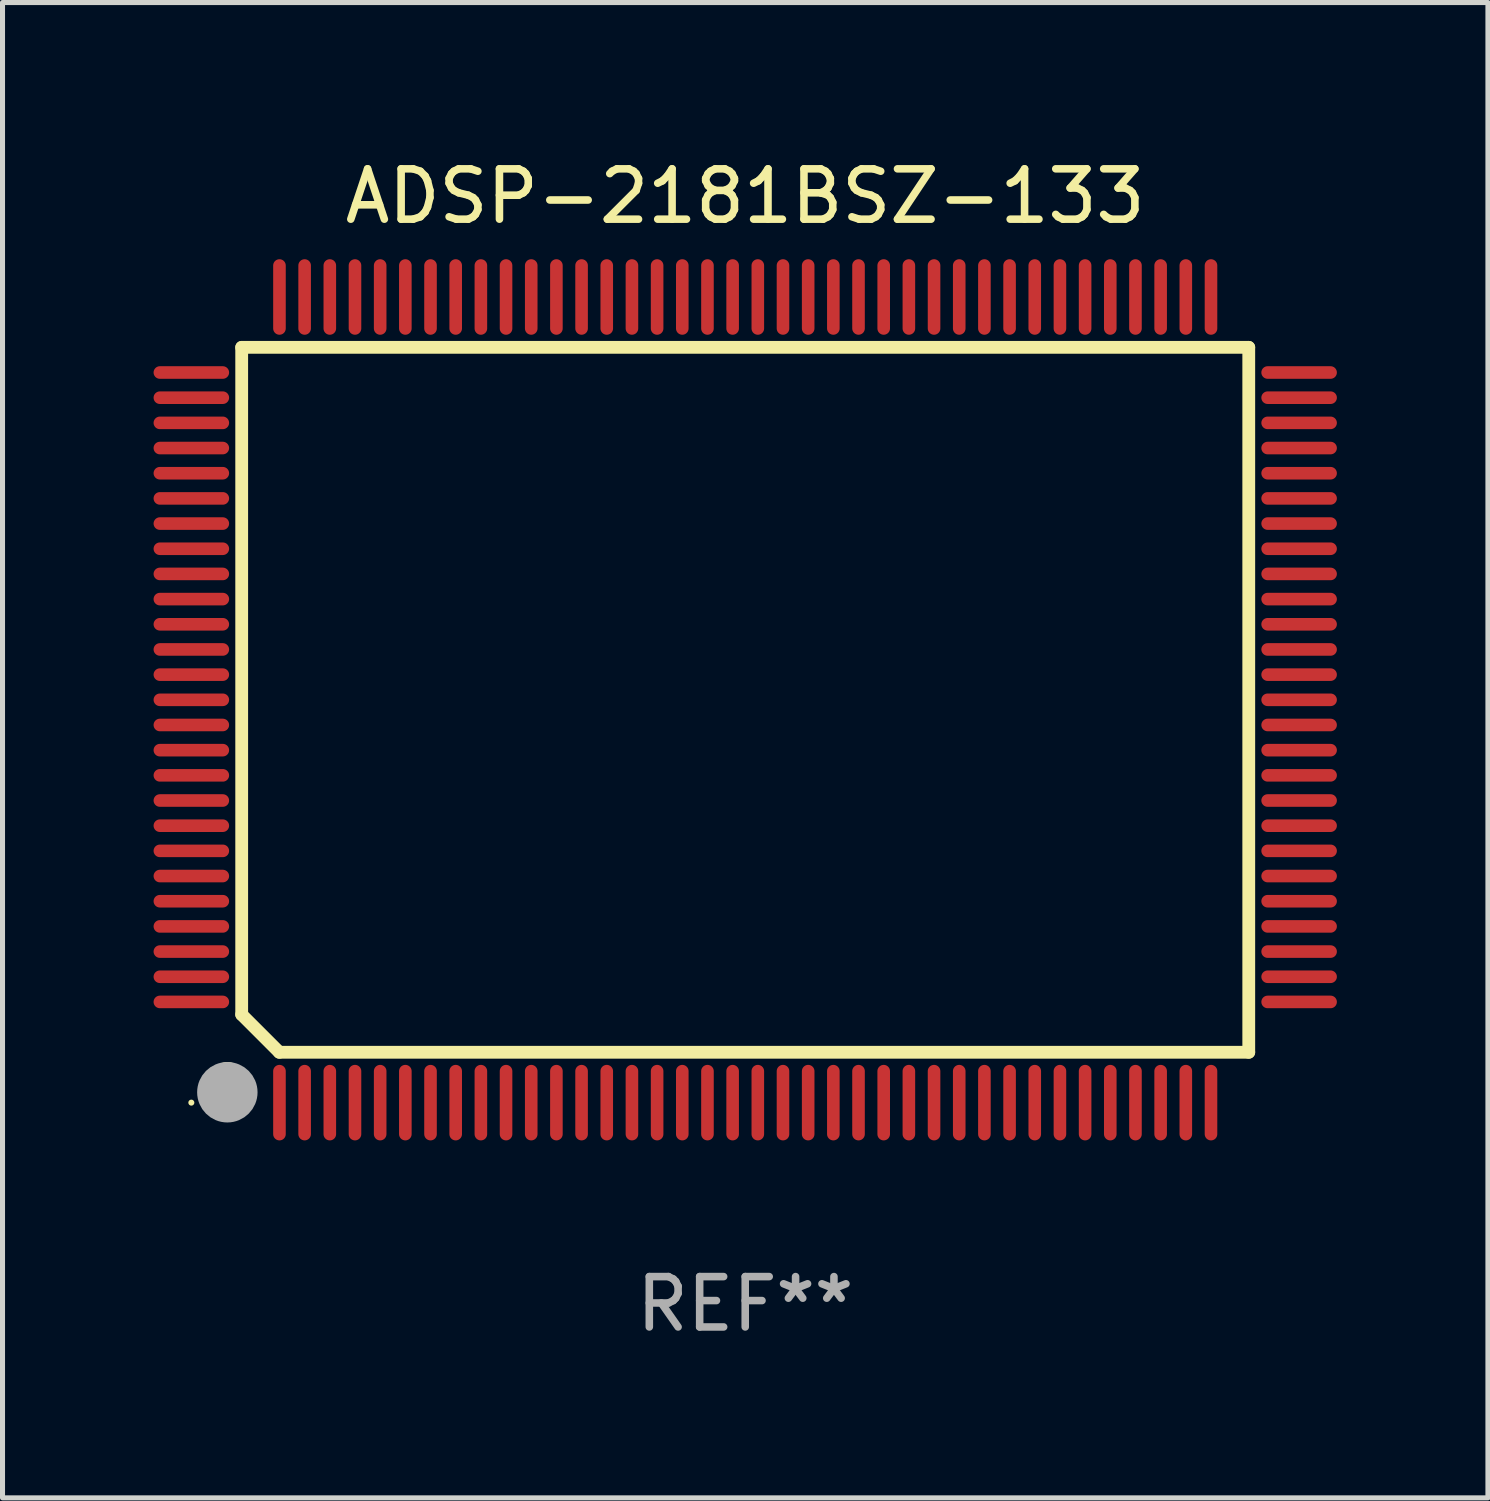
<source format=kicad_pcb>
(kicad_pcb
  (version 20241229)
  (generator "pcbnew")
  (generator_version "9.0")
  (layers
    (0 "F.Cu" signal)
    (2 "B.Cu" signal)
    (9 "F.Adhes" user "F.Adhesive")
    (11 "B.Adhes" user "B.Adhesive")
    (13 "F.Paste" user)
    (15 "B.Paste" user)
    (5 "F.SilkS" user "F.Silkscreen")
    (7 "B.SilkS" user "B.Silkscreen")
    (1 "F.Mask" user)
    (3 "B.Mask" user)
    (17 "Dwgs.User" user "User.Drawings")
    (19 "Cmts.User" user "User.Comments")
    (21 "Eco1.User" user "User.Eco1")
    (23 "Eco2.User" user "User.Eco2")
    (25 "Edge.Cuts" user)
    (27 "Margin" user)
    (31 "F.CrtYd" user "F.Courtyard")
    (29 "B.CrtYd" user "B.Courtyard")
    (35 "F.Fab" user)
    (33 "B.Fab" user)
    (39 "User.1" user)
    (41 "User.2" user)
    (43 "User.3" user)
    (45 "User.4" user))
  (footprint "ADSP-2181BSZ-133"
    (layer "F.Cu")
    (at 11.75 10.848)
    (property "Reference" "ADSP-2181BSZ-133" (at 0 -10 0) (layer "F.SilkS") (effects (font (size 1 1) (thickness 0.15))))
    (attr through_hole)
    (fp_line (start -10 -7) (end -10 6.25) (stroke (width 0.254) (type solid)) (layer "F.SilkS"))
    (fp_line (start -10 -7) (end 10 -7) (stroke (width 0.254) (type solid)) (layer "F.SilkS"))
    (fp_line (start -9.252 7) (end -10 6.252) (stroke (width 0.254) (type solid)) (layer "F.SilkS"))
    (fp_line (start 10 -7) (end 10 7) (stroke (width 0.254) (type solid)) (layer "F.SilkS"))
    (fp_line (start 10 7) (end -9.252 7) (stroke (width 0.254) (type solid)) (layer "F.SilkS"))
    (fp_arc (start -10.287021 7.493015) (mid -10.284481 7.493004) (end -10.281941 7.493015) (stroke (width 0.6) (type solid)) (layer "F.SilkS"))
    (fp_circle (center -11 8) (end -10.97 8) (stroke (width 0.06) (type solid)) (fill no) (layer "F.SilkS"))
    (fp_circle (center -10.285 7.794) (end -9.985 7.794) (stroke (width 0.6) (type solid)) (fill no) (layer "F.Fab"))
    (fp_text user "REF**" (at 0 12 0) (layer "F.Fab") (effects (font (size 1 1) (thickness 0.15))))
    (pad "1" smd oval (at -9.25 8) (size 0.25 1.5) (layers "F.Cu" "F.Mask" "F.Paste"))
    (pad "2" smd oval (at -8.75 8) (size 0.25 1.5) (layers "F.Cu" "F.Mask" "F.Paste"))
    (pad "3" smd oval (at -8.25 8) (size 0.25 1.5) (layers "F.Cu" "F.Mask" "F.Paste"))
    (pad "4" smd oval (at -7.75 8) (size 0.25 1.5) (layers "F.Cu" "F.Mask" "F.Paste"))
    (pad "5" smd oval (at -7.25 8) (size 0.25 1.5) (layers "F.Cu" "F.Mask" "F.Paste"))
    (pad "6" smd oval (at -6.75 8) (size 0.25 1.5) (layers "F.Cu" "F.Mask" "F.Paste"))
    (pad "7" smd oval (at -6.25 8) (size 0.25 1.5) (layers "F.Cu" "F.Mask" "F.Paste"))
    (pad "8" smd oval (at -5.75 8) (size 0.25 1.5) (layers "F.Cu" "F.Mask" "F.Paste"))
    (pad "9" smd oval (at -5.25 8) (size 0.25 1.5) (layers "F.Cu" "F.Mask" "F.Paste"))
    (pad "10" smd oval (at -4.75 8) (size 0.25 1.5) (layers "F.Cu" "F.Mask" "F.Paste"))
    (pad "11" smd oval (at -4.25 8) (size 0.25 1.5) (layers "F.Cu" "F.Mask" "F.Paste"))
    (pad "12" smd oval (at -3.75 8) (size 0.25 1.5) (layers "F.Cu" "F.Mask" "F.Paste"))
    (pad "13" smd oval (at -3.25 8) (size 0.25 1.5) (layers "F.Cu" "F.Mask" "F.Paste"))
    (pad "14" smd oval (at -2.75 8) (size 0.25 1.5) (layers "F.Cu" "F.Mask" "F.Paste"))
    (pad "15" smd oval (at -2.25 8) (size 0.25 1.5) (layers "F.Cu" "F.Mask" "F.Paste"))
    (pad "16" smd oval (at -1.75 8) (size 0.25 1.5) (layers "F.Cu" "F.Mask" "F.Paste"))
    (pad "17" smd oval (at -1.25 8) (size 0.25 1.5) (layers "F.Cu" "F.Mask" "F.Paste"))
    (pad "18" smd oval (at -0.75 8) (size 0.25 1.5) (layers "F.Cu" "F.Mask" "F.Paste"))
    (pad "19" smd oval (at -0.25 8) (size 0.25 1.5) (layers "F.Cu" "F.Mask" "F.Paste"))
    (pad "20" smd oval (at 0.25 8) (size 0.25 1.5) (layers "F.Cu" "F.Mask" "F.Paste"))
    (pad "21" smd oval (at 0.75 8) (size 0.25 1.5) (layers "F.Cu" "F.Mask" "F.Paste"))
    (pad "22" smd oval (at 1.25 8) (size 0.25 1.5) (layers "F.Cu" "F.Mask" "F.Paste"))
    (pad "23" smd oval (at 1.75 8) (size 0.25 1.5) (layers "F.Cu" "F.Mask" "F.Paste"))
    (pad "24" smd oval (at 2.25 8) (size 0.25 1.5) (layers "F.Cu" "F.Mask" "F.Paste"))
    (pad "25" smd oval (at 2.75 8) (size 0.25 1.5) (layers "F.Cu" "F.Mask" "F.Paste"))
    (pad "26" smd oval (at 3.25 8) (size 0.25 1.5) (layers "F.Cu" "F.Mask" "F.Paste"))
    (pad "27" smd oval (at 3.75 8) (size 0.25 1.5) (layers "F.Cu" "F.Mask" "F.Paste"))
    (pad "28" smd oval (at 4.25 8) (size 0.25 1.5) (layers "F.Cu" "F.Mask" "F.Paste"))
    (pad "29" smd oval (at 4.75 8) (size 0.25 1.5) (layers "F.Cu" "F.Mask" "F.Paste"))
    (pad "30" smd oval (at 5.25 8) (size 0.25 1.5) (layers "F.Cu" "F.Mask" "F.Paste"))
    (pad "31" smd oval (at 5.75 8) (size 0.25 1.5) (layers "F.Cu" "F.Mask" "F.Paste"))
    (pad "32" smd oval (at 6.25 8) (size 0.25 1.5) (layers "F.Cu" "F.Mask" "F.Paste"))
    (pad "33" smd oval (at 6.75 8 180) (size 0.25 1.5) (layers "F.Cu" "F.Mask" "F.Paste"))
    (pad "34" smd oval (at 7.25 8 180) (size 0.25 1.5) (layers "F.Cu" "F.Mask" "F.Paste"))
    (pad "35" smd oval (at 7.75 8 180) (size 0.25 1.5) (layers "F.Cu" "F.Mask" "F.Paste"))
    (pad "36" smd oval (at 8.25 8 180) (size 0.25 1.5) (layers "F.Cu" "F.Mask" "F.Paste"))
    (pad "37" smd oval (at 8.75 8 180) (size 0.25 1.5) (layers "F.Cu" "F.Mask" "F.Paste"))
    (pad "38" smd oval (at 9.25 8 180) (size 0.25 1.5) (layers "F.Cu" "F.Mask" "F.Paste"))
    (pad "39" smd oval (at 11 6 270) (size 0.25 1.5) (layers "F.Cu" "F.Mask" "F.Paste"))
    (pad "40" smd oval (at 11 5.5 270) (size 0.25 1.5) (layers "F.Cu" "F.Mask" "F.Paste"))
    (pad "41" smd oval (at 11 5 270) (size 0.25 1.5) (layers "F.Cu" "F.Mask" "F.Paste"))
    (pad "42" smd oval (at 11 4.5 270) (size 0.25 1.5) (layers "F.Cu" "F.Mask" "F.Paste"))
    (pad "43" smd oval (at 11 4 270) (size 0.25 1.5) (layers "F.Cu" "F.Mask" "F.Paste"))
    (pad "44" smd oval (at 11 3.5 270) (size 0.25 1.5) (layers "F.Cu" "F.Mask" "F.Paste"))
    (pad "45" smd oval (at 11 3 270) (size 0.25 1.5) (layers "F.Cu" "F.Mask" "F.Paste"))
    (pad "46" smd oval (at 11 2.5 270) (size 0.25 1.5) (layers "F.Cu" "F.Mask" "F.Paste"))
    (pad "47" smd oval (at 11 2 270) (size 0.25 1.5) (layers "F.Cu" "F.Mask" "F.Paste"))
    (pad "48" smd oval (at 11 1.5 270) (size 0.25 1.5) (layers "F.Cu" "F.Mask" "F.Paste"))
    (pad "49" smd oval (at 11 1 270) (size 0.25 1.5) (layers "F.Cu" "F.Mask" "F.Paste"))
    (pad "50" smd oval (at 11 0.5 270) (size 0.25 1.5) (layers "F.Cu" "F.Mask" "F.Paste"))
    (pad "51" smd oval (at 11 0 270) (size 0.25 1.5) (layers "F.Cu" "F.Mask" "F.Paste"))
    (pad "52" smd oval (at 11 -0.5 270) (size 0.25 1.5) (layers "F.Cu" "F.Mask" "F.Paste"))
    (pad "53" smd oval (at 11 -1 270) (size 0.25 1.5) (layers "F.Cu" "F.Mask" "F.Paste"))
    (pad "54" smd oval (at 11 -1.5 270) (size 0.25 1.5) (layers "F.Cu" "F.Mask" "F.Paste"))
    (pad "55" smd oval (at 11 -2 270) (size 0.25 1.5) (layers "F.Cu" "F.Mask" "F.Paste"))
    (pad "56" smd oval (at 11 -2.5 270) (size 0.25 1.5) (layers "F.Cu" "F.Mask" "F.Paste"))
    (pad "57" smd oval (at 11 -3 270) (size 0.25 1.5) (layers "F.Cu" "F.Mask" "F.Paste"))
    (pad "58" smd oval (at 11 -3.5 270) (size 0.25 1.5) (layers "F.Cu" "F.Mask" "F.Paste"))
    (pad "59" smd oval (at 11 -4 270) (size 0.25 1.5) (layers "F.Cu" "F.Mask" "F.Paste"))
    (pad "60" smd oval (at 11 -4.5 270) (size 0.25 1.5) (layers "F.Cu" "F.Mask" "F.Paste"))
    (pad "61" smd oval (at 11 -5 270) (size 0.25 1.5) (layers "F.Cu" "F.Mask" "F.Paste"))
    (pad "62" smd oval (at 11 -5.5 270) (size 0.25 1.5) (layers "F.Cu" "F.Mask" "F.Paste"))
    (pad "63" smd oval (at 11 -6 270) (size 0.25 1.5) (layers "F.Cu" "F.Mask" "F.Paste"))
    (pad "64" smd oval (at 11 -6.5 270) (size 0.25 1.5) (layers "F.Cu" "F.Mask" "F.Paste"))
    (pad "65" smd oval (at 9.25 -8 180) (size 0.25 1.5) (layers "F.Cu" "F.Mask" "F.Paste"))
    (pad "66" smd oval (at 8.75 -8 180) (size 0.25 1.5) (layers "F.Cu" "F.Mask" "F.Paste"))
    (pad "67" smd oval (at 8.25 -8 180) (size 0.25 1.5) (layers "F.Cu" "F.Mask" "F.Paste"))
    (pad "68" smd oval (at 7.75 -8 180) (size 0.25 1.5) (layers "F.Cu" "F.Mask" "F.Paste"))
    (pad "69" smd oval (at 7.25 -8 180) (size 0.25 1.5) (layers "F.Cu" "F.Mask" "F.Paste"))
    (pad "70" smd oval (at 6.75 -8 180) (size 0.25 1.5) (layers "F.Cu" "F.Mask" "F.Paste"))
    (pad "71" smd oval (at 6.25 -8 180) (size 0.25 1.5) (layers "F.Cu" "F.Mask" "F.Paste"))
    (pad "72" smd oval (at 5.75 -8 180) (size 0.25 1.5) (layers "F.Cu" "F.Mask" "F.Paste"))
    (pad "73" smd oval (at 5.25 -8 180) (size 0.25 1.5) (layers "F.Cu" "F.Mask" "F.Paste"))
    (pad "74" smd oval (at 4.75 -8 180) (size 0.25 1.5) (layers "F.Cu" "F.Mask" "F.Paste"))
    (pad "75" smd oval (at 4.25 -8 180) (size 0.25 1.5) (layers "F.Cu" "F.Mask" "F.Paste"))
    (pad "76" smd oval (at 3.75 -8 180) (size 0.25 1.5) (layers "F.Cu" "F.Mask" "F.Paste"))
    (pad "77" smd oval (at 3.25 -8 180) (size 0.25 1.5) (layers "F.Cu" "F.Mask" "F.Paste"))
    (pad "78" smd oval (at 2.75 -8 180) (size 0.25 1.5) (layers "F.Cu" "F.Mask" "F.Paste"))
    (pad "79" smd oval (at 2.25 -8 180) (size 0.25 1.5) (layers "F.Cu" "F.Mask" "F.Paste"))
    (pad "80" smd oval (at 1.75 -8 180) (size 0.25 1.5) (layers "F.Cu" "F.Mask" "F.Paste"))
    (pad "81" smd oval (at 1.25 -8 180) (size 0.25 1.5) (layers "F.Cu" "F.Mask" "F.Paste"))
    (pad "82" smd oval (at 0.75 -8 180) (size 0.25 1.5) (layers "F.Cu" "F.Mask" "F.Paste"))
    (pad "83" smd oval (at 0.25 -8 180) (size 0.25 1.5) (layers "F.Cu" "F.Mask" "F.Paste"))
    (pad "84" smd oval (at -0.25 -8 180) (size 0.25 1.5) (layers "F.Cu" "F.Mask" "F.Paste"))
    (pad "85" smd oval (at -0.75 -8 180) (size 0.25 1.5) (layers "F.Cu" "F.Mask" "F.Paste"))
    (pad "86" smd oval (at -1.25 -8 180) (size 0.25 1.5) (layers "F.Cu" "F.Mask" "F.Paste"))
    (pad "87" smd oval (at -1.75 -8 180) (size 0.25 1.5) (layers "F.Cu" "F.Mask" "F.Paste"))
    (pad "88" smd oval (at -2.25 -8 180) (size 0.25 1.5) (layers "F.Cu" "F.Mask" "F.Paste"))
    (pad "89" smd oval (at -2.75 -8 180) (size 0.25 1.5) (layers "F.Cu" "F.Mask" "F.Paste"))
    (pad "90" smd oval (at -3.25 -8 180) (size 0.25 1.5) (layers "F.Cu" "F.Mask" "F.Paste"))
    (pad "91" smd oval (at -3.75 -8 180) (size 0.25 1.5) (layers "F.Cu" "F.Mask" "F.Paste"))
    (pad "92" smd oval (at -4.25 -8 180) (size 0.25 1.5) (layers "F.Cu" "F.Mask" "F.Paste"))
    (pad "93" smd oval (at -4.75 -8 180) (size 0.25 1.5) (layers "F.Cu" "F.Mask" "F.Paste"))
    (pad "94" smd oval (at -5.25 -8 180) (size 0.25 1.5) (layers "F.Cu" "F.Mask" "F.Paste"))
    (pad "95" smd oval (at -5.75 -8 180) (size 0.25 1.5) (layers "F.Cu" "F.Mask" "F.Paste"))
    (pad "96" smd oval (at -6.25 -8 180) (size 0.25 1.5) (layers "F.Cu" "F.Mask" "F.Paste"))
    (pad "97" smd oval (at -6.75 -8 180) (size 0.25 1.5) (layers "F.Cu" "F.Mask" "F.Paste"))
    (pad "98" smd oval (at -7.25 -8 180) (size 0.25 1.5) (layers "F.Cu" "F.Mask" "F.Paste"))
    (pad "99" smd oval (at -7.75 -8 180) (size 0.25 1.5) (layers "F.Cu" "F.Mask" "F.Paste"))
    (pad "100" smd oval (at -8.25 -8 180) (size 0.25 1.5) (layers "F.Cu" "F.Mask" "F.Paste"))
    (pad "101" smd oval (at -8.75 -8 180) (size 0.25 1.5) (layers "F.Cu" "F.Mask" "F.Paste"))
    (pad "102" smd oval (at -9.25 -8) (size 0.25 1.5) (layers "F.Cu" "F.Mask" "F.Paste"))
    (pad "103" smd oval (at -11 -6.5 270) (size 0.25 1.5) (layers "F.Cu" "F.Mask" "F.Paste"))
    (pad "104" smd oval (at -11 -6 270) (size 0.25 1.5) (layers "F.Cu" "F.Mask" "F.Paste"))
    (pad "105" smd oval (at -11 -5.5 270) (size 0.25 1.5) (layers "F.Cu" "F.Mask" "F.Paste"))
    (pad "106" smd oval (at -11 -5 270) (size 0.25 1.5) (layers "F.Cu" "F.Mask" "F.Paste"))
    (pad "107" smd oval (at -11 -4.5 270) (size 0.25 1.5) (layers "F.Cu" "F.Mask" "F.Paste"))
    (pad "108" smd oval (at -11 -4 270) (size 0.25 1.5) (layers "F.Cu" "F.Mask" "F.Paste"))
    (pad "109" smd oval (at -11 -3.5 270) (size 0.25 1.5) (layers "F.Cu" "F.Mask" "F.Paste"))
    (pad "110" smd oval (at -11 -3 270) (size 0.25 1.5) (layers "F.Cu" "F.Mask" "F.Paste"))
    (pad "111" smd oval (at -11 -2.5 270) (size 0.25 1.5) (layers "F.Cu" "F.Mask" "F.Paste"))
    (pad "112" smd oval (at -11 -2 270) (size 0.25 1.5) (layers "F.Cu" "F.Mask" "F.Paste"))
    (pad "113" smd oval (at -11 -1.5 270) (size 0.25 1.5) (layers "F.Cu" "F.Mask" "F.Paste"))
    (pad "114" smd oval (at -11 -1 270) (size 0.25 1.5) (layers "F.Cu" "F.Mask" "F.Paste"))
    (pad "115" smd oval (at -11 -0.5 270) (size 0.25 1.5) (layers "F.Cu" "F.Mask" "F.Paste"))
    (pad "116" smd oval (at -11 0 270) (size 0.25 1.5) (layers "F.Cu" "F.Mask" "F.Paste"))
    (pad "117" smd oval (at -11 0.5 270) (size 0.25 1.5) (layers "F.Cu" "F.Mask" "F.Paste"))
    (pad "118" smd oval (at -11 1 270) (size 0.25 1.5) (layers "F.Cu" "F.Mask" "F.Paste"))
    (pad "119" smd oval (at -11 1.5 270) (size 0.25 1.5) (layers "F.Cu" "F.Mask" "F.Paste"))
    (pad "120" smd oval (at -11 2 270) (size 0.25 1.5) (layers "F.Cu" "F.Mask" "F.Paste"))
    (pad "121" smd oval (at -11 2.5 270) (size 0.25 1.5) (layers "F.Cu" "F.Mask" "F.Paste"))
    (pad "122" smd oval (at -11 3 270) (size 0.25 1.5) (layers "F.Cu" "F.Mask" "F.Paste"))
    (pad "123" smd oval (at -11 3.5 270) (size 0.25 1.5) (layers "F.Cu" "F.Mask" "F.Paste"))
    (pad "124" smd oval (at -11 4 270) (size 0.25 1.5) (layers "F.Cu" "F.Mask" "F.Paste"))
    (pad "125" smd oval (at -11 4.5 270) (size 0.25 1.5) (layers "F.Cu" "F.Mask" "F.Paste"))
    (pad "126" smd oval (at -11 5 270) (size 0.25 1.5) (layers "F.Cu" "F.Mask" "F.Paste"))
    (pad "127" smd oval (at -11 5.5 270) (size 0.25 1.5) (layers "F.Cu" "F.Mask" "F.Paste"))
    (pad "128" smd oval (at -11 6 270) (size 0.25 1.5) (layers "F.Cu" "F.Mask" "F.Paste")))
  (gr_rect
    (start -3 -3)
    (end 26.5 26.697)
    (stroke (width 0.1) (type default))
    (fill no)
    (layer "Edge.Cuts")))
</source>
